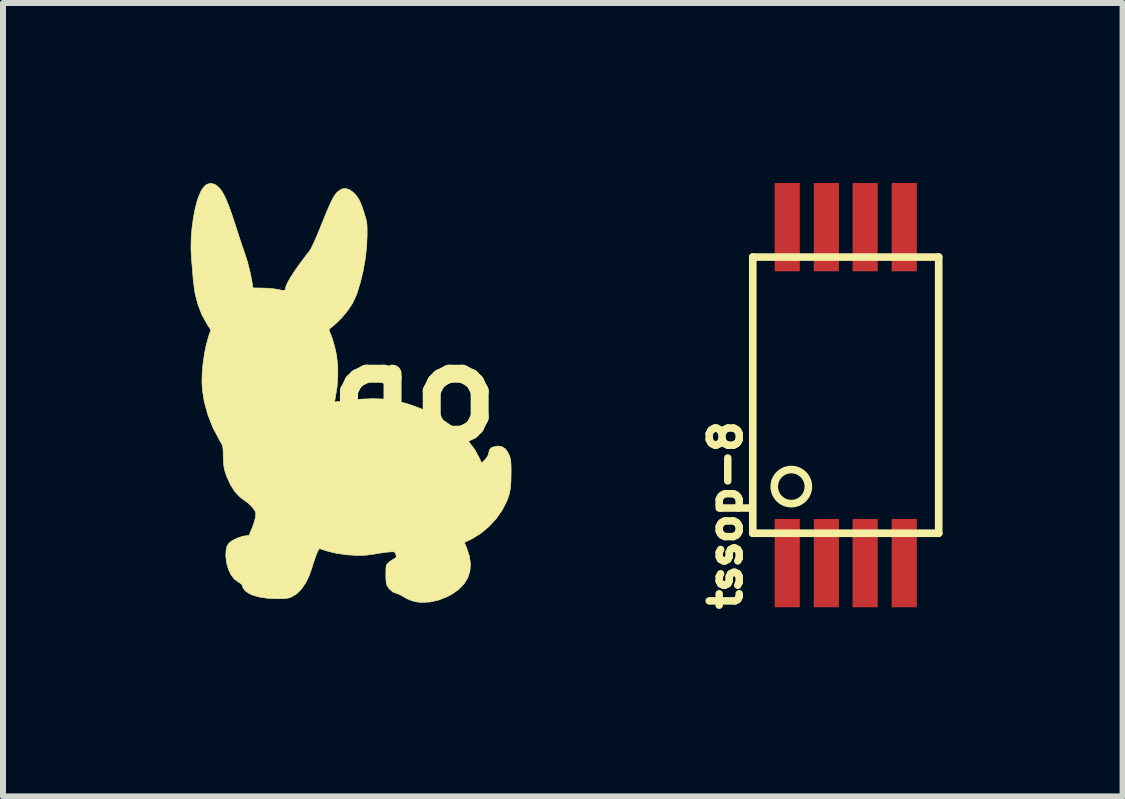
<source format=kicad_pcb>
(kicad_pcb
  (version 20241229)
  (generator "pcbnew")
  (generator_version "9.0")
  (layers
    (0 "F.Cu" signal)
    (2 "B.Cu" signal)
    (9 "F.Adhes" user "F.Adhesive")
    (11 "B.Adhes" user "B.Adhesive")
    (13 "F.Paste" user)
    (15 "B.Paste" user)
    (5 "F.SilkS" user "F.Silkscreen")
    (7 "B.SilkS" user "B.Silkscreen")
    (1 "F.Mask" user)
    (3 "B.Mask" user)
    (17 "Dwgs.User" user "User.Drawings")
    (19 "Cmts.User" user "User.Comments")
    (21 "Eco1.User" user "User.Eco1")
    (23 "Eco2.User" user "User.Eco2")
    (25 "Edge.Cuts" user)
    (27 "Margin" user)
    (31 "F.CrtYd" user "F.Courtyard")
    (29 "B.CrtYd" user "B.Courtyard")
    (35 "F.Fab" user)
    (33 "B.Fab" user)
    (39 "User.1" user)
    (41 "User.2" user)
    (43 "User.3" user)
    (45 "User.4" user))
  (footprint "tssop-8"
    (layer "F.Cu")
    (at 11.042 3.534)
    (property "Reference" "tssop-8" (at -2 2 90) (layer "F.SilkS") (effects (font (size 0.5 0.5) (thickness 0.125))))
    (attr through_hole)
    (fp_line (start -1.549 -2.301) (end -1.549 2.301) (stroke (width 0.127) (type solid)) (layer "F.SilkS"))
    (fp_line (start -1.549 2.301) (end 1.549 2.301) (stroke (width 0.127) (type solid)) (layer "F.SilkS"))
    (fp_line (start 1.549 -2.301) (end -1.549 -2.301) (stroke (width 0.127) (type solid)) (layer "F.SilkS"))
    (fp_line (start 1.549 2.301) (end 1.549 -2.301) (stroke (width 0.127) (type solid)) (layer "F.SilkS"))
    (fp_circle (center -0.907 1.524) (end -1.034 1.778) (stroke (width 0.127) (type solid)) (fill no) (layer "F.SilkS"))
    (pad "1" smd rect (at -0.975 2.799) (size 0.419 1.471) (layers "F.Cu" "F.Mask" "F.Paste"))
    (pad "2" smd rect (at -0.323 2.799) (size 0.419 1.471) (layers "F.Cu" "F.Mask" "F.Paste"))
    (pad "3" smd rect (at 0.323 2.799) (size 0.419 1.471) (layers "F.Cu" "F.Mask" "F.Paste"))
    (pad "4" smd rect (at 0.975 2.799) (size 0.419 1.471) (layers "F.Cu" "F.Mask" "F.Paste"))
    (pad "5" smd rect (at 0.975 -2.799) (size 0.419 1.471) (layers "F.Cu" "F.Mask" "F.Paste"))
    (pad "6" smd rect (at 0.323 -2.799) (size 0.419 1.471) (layers "F.Cu" "F.Mask" "F.Paste"))
    (pad "7" smd rect (at -0.323 -2.799) (size 0.419 1.471) (layers "F.Cu" "F.Mask" "F.Paste"))
    (pad "8" smd rect (at -0.975 -2.799) (size 0.419 1.471) (layers "F.Cu" "F.Mask" "F.Paste")))
  (footprint "logo"
    (layer "F.Cu")
    (at 2.765 3.504)
    (property "Reference" "logo" (at 0 0 0) (layer "F.SilkS") (effects (font (size 1.524 1.524) (thickness 0.3))))
    (attr through_hole)
    (fp_poly (pts (xy -2.249 -3.487) (xy -2.231 -3.479) (xy -2.191 -3.452) (xy -2.152 -3.414) (xy -2.115 -3.362) (xy -2.076 -3.294) (xy -2.037 -3.207) (xy -1.994 -3.1) (xy -1.948 -2.97) (xy -1.897 -2.816) (xy -1.884 -2.775) (xy -1.854 -2.682) (xy -1.823 -2.585) (xy -1.792 -2.493) (xy -1.765 -2.413) (xy -1.752 -2.378) (xy -1.692 -2.193) (xy -1.646 -2.013) (xy -1.617 -1.863) (xy -1.6 -1.757) (xy -1.439 -1.754) (xy -1.362 -1.751) (xy -1.283 -1.745) (xy -1.215 -1.736) (xy -1.181 -1.73) (xy -1.121 -1.718) (xy -1.084 -1.715) (xy -1.065 -1.722) (xy -1.058 -1.74) (xy -1.058 -1.744) (xy -1.049 -1.789) (xy -1.02 -1.852) (xy -0.973 -1.934) (xy -0.908 -2.034) (xy -0.827 -2.15) (xy -0.728 -2.282) (xy -0.654 -2.378) (xy -0.635 -2.409) (xy -0.608 -2.464) (xy -0.573 -2.538) (xy -0.533 -2.631) (xy -0.489 -2.737) (xy -0.466 -2.794) (xy -0.412 -2.926) (xy -0.368 -3.034) (xy -0.33 -3.121) (xy -0.298 -3.191) (xy -0.271 -3.245) (xy -0.246 -3.288) (xy -0.223 -3.321) (xy -0.2 -3.348) (xy -0.181 -3.366) (xy -0.122 -3.404) (xy -0.06 -3.414) (xy 0.003 -3.396) (xy 0.069 -3.351) (xy 0.108 -3.311) (xy 0.138 -3.274) (xy 0.164 -3.233) (xy 0.189 -3.183) (xy 0.214 -3.119) (xy 0.243 -3.036) (xy 0.263 -2.97) (xy 0.279 -2.919) (xy 0.29 -2.875) (xy 0.297 -2.832) (xy 0.301 -2.783) (xy 0.302 -2.721) (xy 0.302 -2.638) (xy 0.302 -2.625) (xy 0.294 -2.441) (xy 0.272 -2.245) (xy 0.237 -2.047) (xy 0.192 -1.856) (xy 0.138 -1.68) (xy 0.115 -1.618) (xy 0.058 -1.498) (xy -0.023 -1.376) (xy -0.12 -1.259) (xy -0.23 -1.151) (xy -0.294 -1.099) (xy -0.323 -1.075) (xy -0.333 -1.057) (xy -0.327 -1.035) (xy -0.321 -1.022) (xy -0.297 -0.968) (xy -0.272 -0.894) (xy -0.247 -0.808) (xy -0.225 -0.719) (xy -0.208 -0.635) (xy -0.205 -0.616) (xy -0.187 -0.452) (xy -0.186 -0.277) (xy -0.199 -0.104) (xy -0.212 -0.022) (xy -0.223 0.04) (xy -0.232 0.093) (xy -0.238 0.128) (xy -0.24 0.141) (xy -0.227 0.142) (xy -0.19 0.139) (xy -0.134 0.134) (xy -0.063 0.126) (xy 0.011 0.117) (xy 0.213 0.096) (xy 0.405 0.089) (xy 0.581 0.095) (xy 0.737 0.114) (xy 0.794 0.126) (xy 0.999 0.182) (xy 1.198 0.255) (xy 1.386 0.343) (xy 1.563 0.443) (xy 1.725 0.555) (xy 1.869 0.675) (xy 1.993 0.802) (xy 2.094 0.935) (xy 2.165 1.064) (xy 2.21 1.161) (xy 2.262 1.11) (xy 2.294 1.072) (xy 2.316 1.035) (xy 2.322 1.019) (xy 2.335 0.964) (xy 2.349 0.929) (xy 2.369 0.909) (xy 2.399 0.895) (xy 2.477 0.877) (xy 2.544 0.886) (xy 2.6 0.92) (xy 2.646 0.981) (xy 2.666 1.024) (xy 2.68 1.058) (xy 2.689 1.091) (xy 2.695 1.127) (xy 2.699 1.173) (xy 2.701 1.235) (xy 2.701 1.318) (xy 2.701 1.326) (xy 2.699 1.446) (xy 2.693 1.544) (xy 2.682 1.627) (xy 2.664 1.701) (xy 2.639 1.773) (xy 2.63 1.795) (xy 2.553 1.946) (xy 2.453 2.088) (xy 2.335 2.217) (xy 2.202 2.329) (xy 2.059 2.419) (xy 2.023 2.437) (xy 1.922 2.485) (xy 1.962 2.58) (xy 2.007 2.715) (xy 2.024 2.843) (xy 2.015 2.963) (xy 1.979 3.074) (xy 1.916 3.176) (xy 1.828 3.267) (xy 1.715 3.347) (xy 1.638 3.388) (xy 1.493 3.445) (xy 1.349 3.477) (xy 1.21 3.484) (xy 1.129 3.476) (xy 1.047 3.455) (xy 0.967 3.423) (xy 0.905 3.387) (xy 0.86 3.36) (xy 0.812 3.34) (xy 0.798 3.336) (xy 0.735 3.312) (xy 0.678 3.266) (xy 0.638 3.212) (xy 0.627 3.181) (xy 0.619 3.138) (xy 0.615 3.077) (xy 0.614 3.017) (xy 0.615 2.95) (xy 0.616 2.904) (xy 0.621 2.874) (xy 0.63 2.853) (xy 0.645 2.834) (xy 0.649 2.829) (xy 0.686 2.797) (xy 0.731 2.768) (xy 0.737 2.764) (xy 0.773 2.743) (xy 0.788 2.724) (xy 0.784 2.697) (xy 0.776 2.673) (xy 0.768 2.654) (xy 0.756 2.644) (xy 0.736 2.64) (xy 0.699 2.641) (xy 0.652 2.645) (xy 0.581 2.653) (xy 0.5 2.665) (xy 0.43 2.677) (xy 0.287 2.697) (xy 0.128 2.701) (xy -0.039 2.69) (xy -0.206 2.666) (xy -0.365 2.628) (xy -0.481 2.59) (xy -0.494 2.591) (xy -0.509 2.608) (xy -0.526 2.645) (xy -0.548 2.698) (xy -0.573 2.769) (xy -0.599 2.846) (xy -0.62 2.915) (xy -0.622 2.921) (xy -0.668 3.052) (xy -0.727 3.168) (xy -0.795 3.265) (xy -0.871 3.34) (xy -0.949 3.388) (xy -0.984 3.403) (xy -1.018 3.412) (xy -1.058 3.418) (xy -1.112 3.421) (xy -1.185 3.422) (xy -1.199 3.422) (xy -1.354 3.415) (xy -1.49 3.395) (xy -1.604 3.363) (xy -1.666 3.335) (xy -1.718 3.299) (xy -1.757 3.256) (xy -1.777 3.213) (xy -1.778 3.199) (xy -1.79 3.182) (xy -1.819 3.159) (xy -1.845 3.144) (xy -1.909 3.097) (xy -1.964 3.027) (xy -2.007 2.938) (xy -2.037 2.837) (xy -2.051 2.727) (xy -2.052 2.695) (xy -2.048 2.611) (xy -2.033 2.548) (xy -2.003 2.5) (xy -1.956 2.46) (xy -1.9 2.43) (xy -1.841 2.405) (xy -1.782 2.385) (xy -1.734 2.375) (xy -1.666 2.367) (xy -1.615 2.245) (xy -1.591 2.181) (xy -1.571 2.117) (xy -1.558 2.064) (xy -1.556 2.05) (xy -1.553 2.01) (xy -1.557 1.98) (xy -1.571 1.951) (xy -1.6 1.913) (xy -1.607 1.903) (xy -1.651 1.857) (xy -1.7 1.813) (xy -1.734 1.79) (xy -1.822 1.725) (xy -1.902 1.636) (xy -1.974 1.524) (xy -2.034 1.394) (xy -2.061 1.319) (xy -2.076 1.263) (xy -2.086 1.205) (xy -2.092 1.137) (xy -2.095 1.05) (xy -2.096 0.978) (xy -2.099 0.927) (xy -2.104 0.89) (xy -2.113 0.86) (xy -2.128 0.83) (xy -2.148 0.796) (xy -2.264 0.579) (xy -2.352 0.357) (xy -2.413 0.131) (xy -2.442 -0.055) (xy -2.45 -0.188) (xy -2.446 -0.339) (xy -2.432 -0.498) (xy -2.409 -0.657) (xy -2.378 -0.809) (xy -2.34 -0.945) (xy -2.337 -0.955) (xy -2.302 -1.057) (xy -2.364 -1.152) (xy -2.449 -1.305) (xy -2.516 -1.477) (xy -2.565 -1.665) (xy -2.593 -1.865) (xy -2.596 -1.898) (xy -2.603 -1.989) (xy -2.611 -2.091) (xy -2.62 -2.189) (xy -2.625 -2.251) (xy -2.633 -2.404) (xy -2.63 -2.571) (xy -2.617 -2.742) (xy -2.595 -2.911) (xy -2.565 -3.071) (xy -2.528 -3.214) (xy -2.509 -3.269) (xy -2.466 -3.369) (xy -2.419 -3.44) (xy -2.367 -3.483) (xy -2.31 -3.499) (xy -2.249 -3.487)) (stroke (width 0.01) (type solid)) (fill yes) (layer "F.SilkS")))
  (gr_rect
    (start -3 -3)
    (end 15.655 10.22)
    (stroke (width 0.1) (type default))
    (fill no)
    (layer "Edge.Cuts")))
</source>
